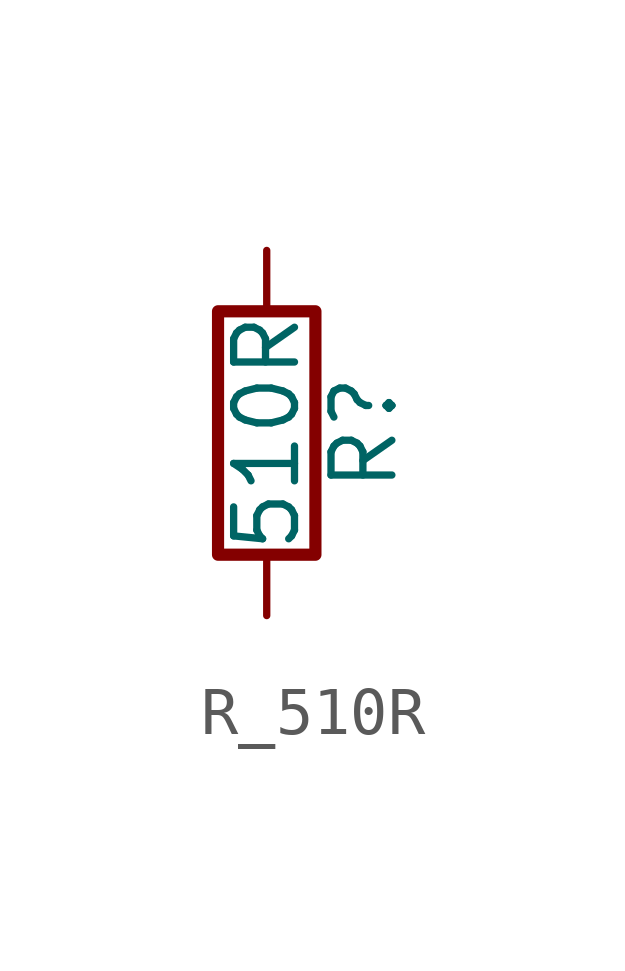
<source format=kicad_sym>
(kicad_symbol_lib
  (version 20241209)
  (generator "kicad_symbol_editor")
  (generator_version "9.0")
  (symbol "R_510R"
    (pin_numbers
      (hide yes))
    (pin_names
      (offset 0))
    (property "Reference" "R"
      (at 2.032 0 90)
      (effects (font (size 1.27 1.27))))
    (property "Value" "510R"
      (at 0 0 90)
      (effects (font (size 1.27 1.27))))
    (symbol "R_510R_0_1"
      (rectangle (start -1.016 -2.54) (end 1.016 2.54) (stroke (width 0.254) (type default)) (fill (type none))))
    (symbol "R_510R_1_1"
      (pin passive line (at 0 3.81 270) (length 1.27) (name "~" (effects (font (size 1.27 1.27)))) (number "1" (effects (font (size 1.27 1.27)))))
      (pin passive line (at 0 -3.81 90) (length 1.27) (name "~" (effects (font (size 1.27 1.27)))) (number "2" (effects (font (size 1.27 1.27))))))))
</source>
